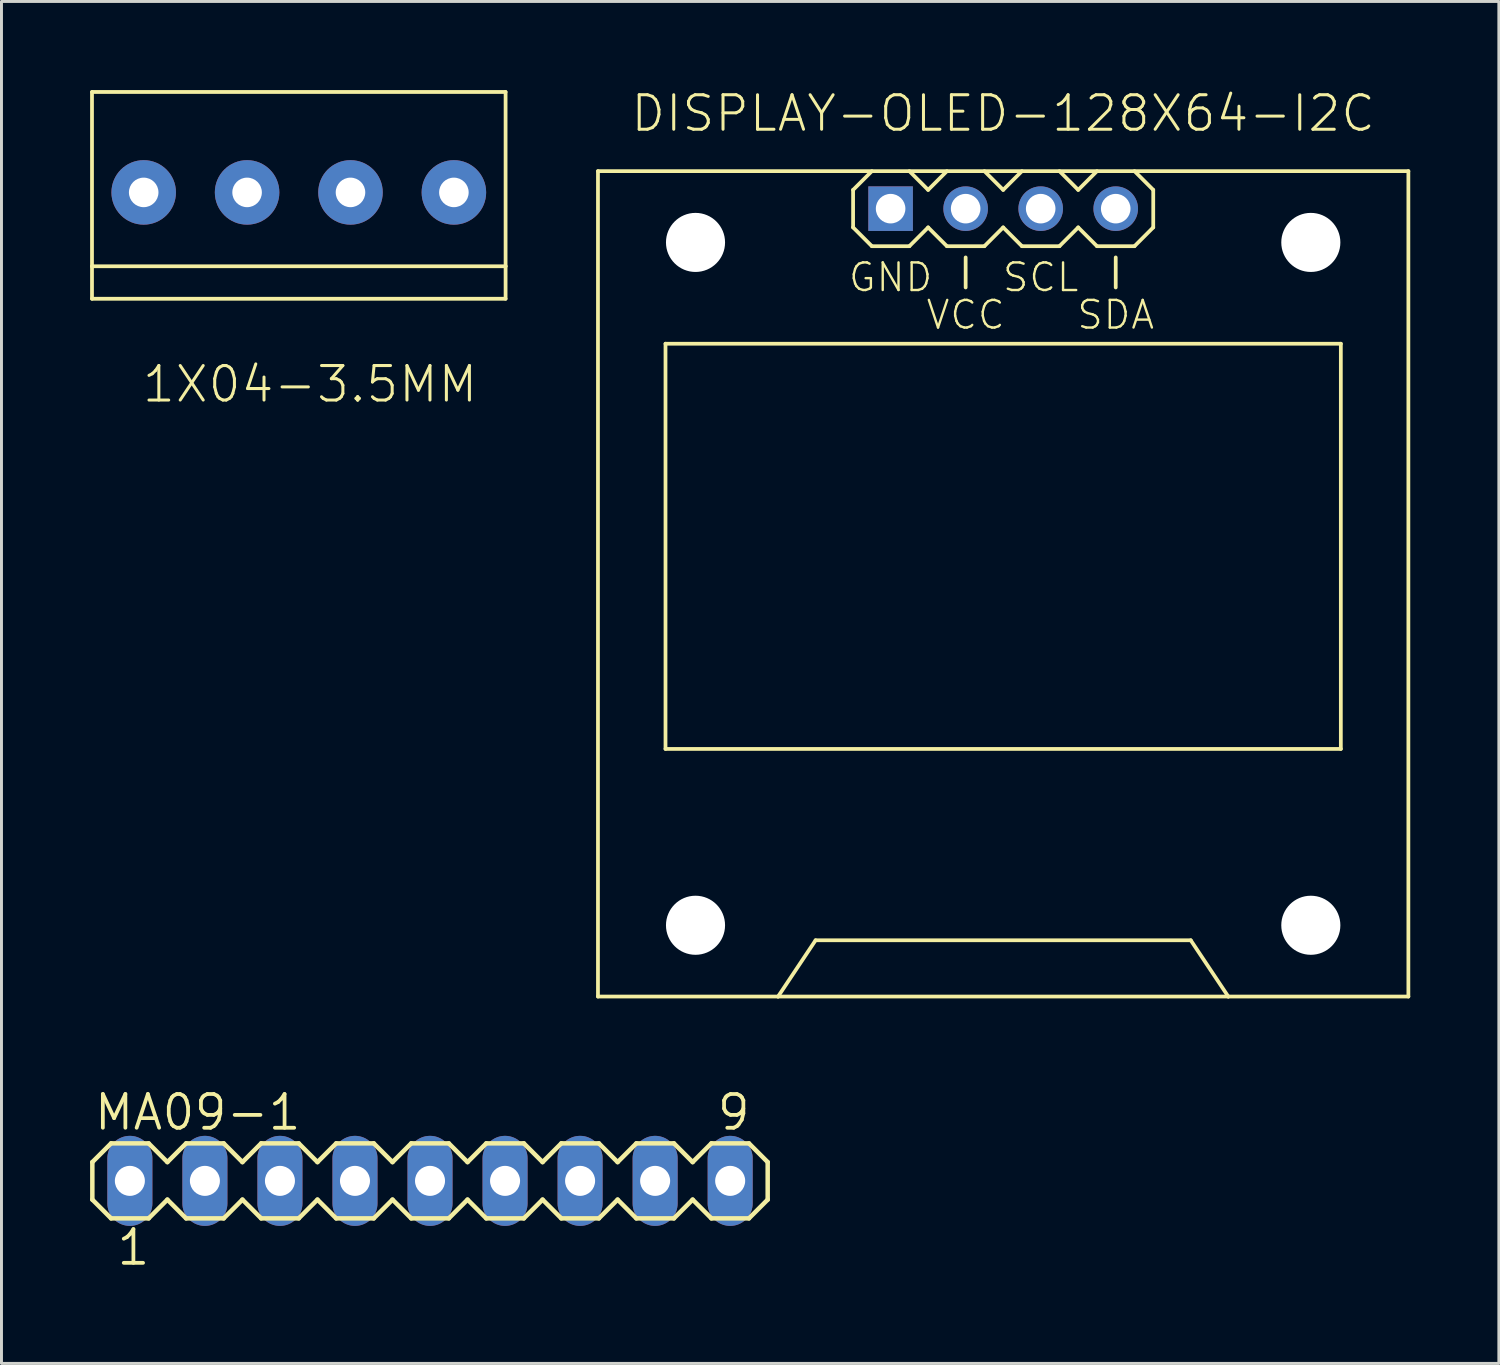
<source format=kicad_pcb>
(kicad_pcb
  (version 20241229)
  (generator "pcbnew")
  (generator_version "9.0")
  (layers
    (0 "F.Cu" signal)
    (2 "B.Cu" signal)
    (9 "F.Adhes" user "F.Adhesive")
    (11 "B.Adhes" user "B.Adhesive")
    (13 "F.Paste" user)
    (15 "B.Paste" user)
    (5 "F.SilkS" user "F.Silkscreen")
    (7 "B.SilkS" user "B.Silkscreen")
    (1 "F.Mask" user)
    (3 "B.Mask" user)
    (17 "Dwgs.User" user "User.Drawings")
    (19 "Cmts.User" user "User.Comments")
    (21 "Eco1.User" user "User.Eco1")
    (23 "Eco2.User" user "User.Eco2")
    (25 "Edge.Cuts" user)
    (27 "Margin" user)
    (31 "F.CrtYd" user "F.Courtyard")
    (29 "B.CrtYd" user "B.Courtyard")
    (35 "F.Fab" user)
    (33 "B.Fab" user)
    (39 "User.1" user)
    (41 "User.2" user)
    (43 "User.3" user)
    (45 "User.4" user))
  (footprint "DISPLAY-OLED-128X64-I2C"
    (layer "F.Cu")
    (at 30.907 16.713)
    (property "Reference" "DISPLAY-OLED-128X64-I2C" (at 0 -15.24 0) (layer "F.SilkS") (effects (font (size 1.168 1.168) (thickness 0.102)) (justify bottom)))
    (fp_line (start -13.716 -13.97) (end 13.716 -13.97) (stroke (width 0.127) (type solid)) (layer "F.SilkS"))
    (fp_line (start -13.716 13.97) (end -13.716 -13.97) (stroke (width 0.127) (type solid)) (layer "F.SilkS"))
    (fp_line (start -11.43 -8.128) (end 11.43 -8.128) (stroke (width 0.127) (type solid)) (layer "F.SilkS"))
    (fp_line (start -11.43 5.588) (end -11.43 -8.128) (stroke (width 0.127) (type solid)) (layer "F.SilkS"))
    (fp_line (start -7.62 13.97) (end -13.716 13.97) (stroke (width 0.127) (type solid)) (layer "F.SilkS"))
    (fp_line (start -7.62 13.97) (end -6.35 12.065) (stroke (width 0.127) (type solid)) (layer "F.SilkS"))
    (fp_line (start -6.35 12.065) (end 6.35 12.065) (stroke (width 0.127) (type solid)) (layer "F.SilkS"))
    (fp_line (start -5.08 -13.335) (end -4.445 -13.97) (stroke (width 0.127) (type solid)) (layer "F.SilkS"))
    (fp_line (start -5.08 -12.065) (end -5.08 -13.335) (stroke (width 0.127) (type solid)) (layer "F.SilkS"))
    (fp_line (start -4.445 -11.43) (end -5.08 -12.065) (stroke (width 0.127) (type solid)) (layer "F.SilkS"))
    (fp_line (start -3.175 -13.97) (end -2.54 -13.335) (stroke (width 0.127) (type solid)) (layer "F.SilkS"))
    (fp_line (start -3.175 -11.43) (end -4.445 -11.43) (stroke (width 0.127) (type solid)) (layer "F.SilkS"))
    (fp_line (start -2.54 -13.335) (end -1.905 -13.97) (stroke (width 0.127) (type solid)) (layer "F.SilkS"))
    (fp_line (start -2.54 -12.065) (end -3.175 -11.43) (stroke (width 0.127) (type solid)) (layer "F.SilkS"))
    (fp_line (start -1.905 -11.43) (end -2.54 -12.065) (stroke (width 0.127) (type solid)) (layer "F.SilkS"))
    (fp_line (start -1.27 -10.033) (end -1.27 -11.049) (stroke (width 0.127) (type solid)) (layer "F.SilkS"))
    (fp_line (start -0.635 -13.97) (end 0 -13.335) (stroke (width 0.127) (type solid)) (layer "F.SilkS"))
    (fp_line (start -0.635 -11.43) (end -1.905 -11.43) (stroke (width 0.127) (type solid)) (layer "F.SilkS"))
    (fp_line (start 0 -13.335) (end 0.635 -13.97) (stroke (width 0.127) (type solid)) (layer "F.SilkS"))
    (fp_line (start 0 -12.065) (end -0.635 -11.43) (stroke (width 0.127) (type solid)) (layer "F.SilkS"))
    (fp_line (start 0.635 -11.43) (end 0 -12.065) (stroke (width 0.127) (type solid)) (layer "F.SilkS"))
    (fp_line (start 1.905 -13.97) (end 2.54 -13.335) (stroke (width 0.127) (type solid)) (layer "F.SilkS"))
    (fp_line (start 1.905 -11.43) (end 0.635 -11.43) (stroke (width 0.127) (type solid)) (layer "F.SilkS"))
    (fp_line (start 2.54 -13.335) (end 3.175 -13.97) (stroke (width 0.127) (type solid)) (layer "F.SilkS"))
    (fp_line (start 2.54 -12.065) (end 1.905 -11.43) (stroke (width 0.127) (type solid)) (layer "F.SilkS"))
    (fp_line (start 3.175 -11.43) (end 2.54 -12.065) (stroke (width 0.127) (type solid)) (layer "F.SilkS"))
    (fp_line (start 3.81 -10.033) (end 3.81 -11.049) (stroke (width 0.127) (type solid)) (layer "F.SilkS"))
    (fp_line (start 4.445 -13.97) (end 5.08 -13.335) (stroke (width 0.127) (type solid)) (layer "F.SilkS"))
    (fp_line (start 4.445 -11.43) (end 3.175 -11.43) (stroke (width 0.127) (type solid)) (layer "F.SilkS"))
    (fp_line (start 5.08 -13.335) (end 5.08 -12.065) (stroke (width 0.127) (type solid)) (layer "F.SilkS"))
    (fp_line (start 5.08 -12.065) (end 4.445 -11.43) (stroke (width 0.127) (type solid)) (layer "F.SilkS"))
    (fp_line (start 6.35 12.065) (end 7.62 13.97) (stroke (width 0.127) (type solid)) (layer "F.SilkS"))
    (fp_line (start 7.62 13.97) (end -7.62 13.97) (stroke (width 0.127) (type solid)) (layer "F.SilkS"))
    (fp_line (start 11.43 -8.128) (end 11.43 5.588) (stroke (width 0.127) (type solid)) (layer "F.SilkS"))
    (fp_line (start 11.43 5.588) (end -11.43 5.588) (stroke (width 0.127) (type solid)) (layer "F.SilkS"))
    (fp_line (start 13.716 -13.97) (end 13.716 13.97) (stroke (width 0.127) (type solid)) (layer "F.SilkS"))
    (fp_line (start 13.716 13.97) (end 7.62 13.97) (stroke (width 0.127) (type solid)) (layer "F.SilkS"))
    (fp_text user "SDA" (at 3.81 -9.652 0) (layer "F.SilkS") (effects (font (size 0.935 0.935) (thickness 0.081)) (justify top)))
    (fp_text user "GND" (at -3.81 -10.922 0) (layer "F.SilkS") (effects (font (size 0.935 0.935) (thickness 0.081)) (justify top)))
    (fp_text user "SCL" (at 1.27 -10.922 0) (layer "F.SilkS") (effects (font (size 0.935 0.935) (thickness 0.081)) (justify top)))
    (fp_text user "VCC" (at -1.27 -9.652 0) (layer "F.SilkS") (effects (font (size 0.935 0.935) (thickness 0.081)) (justify top)))
    (pad "" np_thru_hole circle (at -10.414 -11.557) (size 2 2) (drill 2) (layers "*.Cu" "*.Mask"))
    (pad "" np_thru_hole circle (at -10.414 11.557) (size 2 2) (drill 2) (layers "*.Cu" "*.Mask"))
    (pad "" np_thru_hole circle (at 10.414 -11.557) (size 2 2) (drill 2) (layers "*.Cu" "*.Mask"))
    (pad "" np_thru_hole circle (at 10.414 11.557) (size 2 2) (drill 2) (layers "*.Cu" "*.Mask"))
    (pad "1" thru_hole rect (at -3.81 -12.7) (size 1.508 1.508) (drill 1) (layers "*.Cu" "*.Mask"))
    (pad "2" thru_hole circle (at -1.27 -12.7) (size 1.508 1.508) (drill 1) (layers "*.Cu" "*.Mask"))
    (pad "3" thru_hole circle (at 1.27 -12.7) (size 1.508 1.508) (drill 1) (layers "*.Cu" "*.Mask"))
    (pad "4" thru_hole circle (at 3.81 -12.7) (size 1.508 1.508) (drill 1) (layers "*.Cu" "*.Mask")))
  (footprint "1X04-3.5MM"
    (layer "F.Cu")
    (at 7.064 3.463)
    (property "Reference" "1X04-3.5MM" (at 6.12 5.81 0) (layer "F.SilkS") (effects (font (size 1.168 1.168) (thickness 0.102)) (justify right top)))
    (fp_line (start -7 -3.4) (end -7 2.5) (stroke (width 0.127) (type solid)) (layer "F.SilkS"))
    (fp_line (start -7 2.5) (end -7 3.6) (stroke (width 0.127) (type solid)) (layer "F.SilkS"))
    (fp_line (start -7 2.5) (end 7 2.5) (stroke (width 0.127) (type solid)) (layer "F.SilkS"))
    (fp_line (start -7 3.6) (end 7 3.6) (stroke (width 0.127) (type solid)) (layer "F.SilkS"))
    (fp_line (start 7 -3.4) (end -7 -3.4) (stroke (width 0.127) (type solid)) (layer "F.SilkS"))
    (fp_line (start 7 2.5) (end 7 -3.4) (stroke (width 0.127) (type solid)) (layer "F.SilkS"))
    (fp_line (start 7 3.6) (end 7 2.5) (stroke (width 0.127) (type solid)) (layer "F.SilkS"))
    (pad "1" thru_hole circle (at -5.25 0) (size 2.184 2.184) (drill 1) (layers "*.Cu" "*.Mask"))
    (pad "2" thru_hole circle (at -1.75 0) (size 2.184 2.184) (drill 1) (layers "*.Cu" "*.Mask"))
    (pad "3" thru_hole circle (at 1.75 0) (size 2.184 2.184) (drill 1) (layers "*.Cu" "*.Mask"))
    (pad "4" thru_hole circle (at 5.25 0) (size 2.184 2.184) (drill 1) (layers "*.Cu" "*.Mask")))
  (footprint "MA09-1"
    (layer "F.Cu")
    (at 11.506 36.922)
    (property "Reference" "MA09-1" (at -11.43 -1.651 0) (layer "F.SilkS") (effects (font (size 1.143 1.143) (thickness 0.127)) (justify left bottom)))
    (fp_line (start -11.43 -0.635) (end -11.43 0.635) (stroke (width 0.152) (type solid)) (layer "F.SilkS"))
    (fp_line (start -11.43 0.635) (end -10.795 1.27) (stroke (width 0.152) (type solid)) (layer "F.SilkS"))
    (fp_line (start -10.795 -1.27) (end -11.43 -0.635) (stroke (width 0.152) (type solid)) (layer "F.SilkS"))
    (fp_line (start -10.795 -1.27) (end -9.525 -1.27) (stroke (width 0.152) (type solid)) (layer "F.SilkS"))
    (fp_line (start -9.525 -1.27) (end -8.89 -0.635) (stroke (width 0.152) (type solid)) (layer "F.SilkS"))
    (fp_line (start -9.525 1.27) (end -10.795 1.27) (stroke (width 0.152) (type solid)) (layer "F.SilkS"))
    (fp_line (start -8.89 -0.635) (end -8.255 -1.27) (stroke (width 0.152) (type solid)) (layer "F.SilkS"))
    (fp_line (start -8.89 0.635) (end -9.525 1.27) (stroke (width 0.152) (type solid)) (layer "F.SilkS"))
    (fp_line (start -8.255 -1.27) (end -6.985 -1.27) (stroke (width 0.152) (type solid)) (layer "F.SilkS"))
    (fp_line (start -8.255 1.27) (end -8.89 0.635) (stroke (width 0.152) (type solid)) (layer "F.SilkS"))
    (fp_line (start -6.985 -1.27) (end -6.35 -0.635) (stroke (width 0.152) (type solid)) (layer "F.SilkS"))
    (fp_line (start -6.985 1.27) (end -8.255 1.27) (stroke (width 0.152) (type solid)) (layer "F.SilkS"))
    (fp_line (start -6.35 -0.635) (end -5.715 -1.27) (stroke (width 0.152) (type solid)) (layer "F.SilkS"))
    (fp_line (start -6.35 0.635) (end -6.985 1.27) (stroke (width 0.152) (type solid)) (layer "F.SilkS"))
    (fp_line (start -5.715 -1.27) (end -4.445 -1.27) (stroke (width 0.152) (type solid)) (layer "F.SilkS"))
    (fp_line (start -5.715 1.27) (end -6.35 0.635) (stroke (width 0.152) (type solid)) (layer "F.SilkS"))
    (fp_line (start -4.445 -1.27) (end -3.81 -0.635) (stroke (width 0.152) (type solid)) (layer "F.SilkS"))
    (fp_line (start -4.445 1.27) (end -5.715 1.27) (stroke (width 0.152) (type solid)) (layer "F.SilkS"))
    (fp_line (start -3.81 0.635) (end -4.445 1.27) (stroke (width 0.152) (type solid)) (layer "F.SilkS"))
    (fp_line (start -3.81 0.635) (end -3.175 1.27) (stroke (width 0.152) (type solid)) (layer "F.SilkS"))
    (fp_line (start -3.175 -1.27) (end -3.81 -0.635) (stroke (width 0.152) (type solid)) (layer "F.SilkS"))
    (fp_line (start -3.175 -1.27) (end -1.905 -1.27) (stroke (width 0.152) (type solid)) (layer "F.SilkS"))
    (fp_line (start -1.905 -1.27) (end -1.27 -0.635) (stroke (width 0.152) (type solid)) (layer "F.SilkS"))
    (fp_line (start -1.905 1.27) (end -3.175 1.27) (stroke (width 0.152) (type solid)) (layer "F.SilkS"))
    (fp_line (start -1.27 0.635) (end -1.905 1.27) (stroke (width 0.152) (type solid)) (layer "F.SilkS"))
    (fp_line (start -1.27 0.635) (end -0.635 1.27) (stroke (width 0.152) (type solid)) (layer "F.SilkS"))
    (fp_line (start -0.635 -1.27) (end -1.27 -0.635) (stroke (width 0.152) (type solid)) (layer "F.SilkS"))
    (fp_line (start -0.635 -1.27) (end 0.635 -1.27) (stroke (width 0.152) (type solid)) (layer "F.SilkS"))
    (fp_line (start 0.635 -1.27) (end 1.27 -0.635) (stroke (width 0.152) (type solid)) (layer "F.SilkS"))
    (fp_line (start 0.635 1.27) (end -0.635 1.27) (stroke (width 0.152) (type solid)) (layer "F.SilkS"))
    (fp_line (start 1.27 -0.635) (end 1.905 -1.27) (stroke (width 0.152) (type solid)) (layer "F.SilkS"))
    (fp_line (start 1.27 0.635) (end 0.635 1.27) (stroke (width 0.152) (type solid)) (layer "F.SilkS"))
    (fp_line (start 1.905 -1.27) (end 3.175 -1.27) (stroke (width 0.152) (type solid)) (layer "F.SilkS"))
    (fp_line (start 1.905 1.27) (end 1.27 0.635) (stroke (width 0.152) (type solid)) (layer "F.SilkS"))
    (fp_line (start 3.175 -1.27) (end 3.81 -0.635) (stroke (width 0.152) (type solid)) (layer "F.SilkS"))
    (fp_line (start 3.175 1.27) (end 1.905 1.27) (stroke (width 0.152) (type solid)) (layer "F.SilkS"))
    (fp_line (start 3.81 -0.635) (end 4.445 -1.27) (stroke (width 0.152) (type solid)) (layer "F.SilkS"))
    (fp_line (start 3.81 0.635) (end 3.175 1.27) (stroke (width 0.152) (type solid)) (layer "F.SilkS"))
    (fp_line (start 4.445 -1.27) (end 5.715 -1.27) (stroke (width 0.152) (type solid)) (layer "F.SilkS"))
    (fp_line (start 4.445 1.27) (end 3.81 0.635) (stroke (width 0.152) (type solid)) (layer "F.SilkS"))
    (fp_line (start 5.715 -1.27) (end 6.35 -0.635) (stroke (width 0.152) (type solid)) (layer "F.SilkS"))
    (fp_line (start 5.715 1.27) (end 4.445 1.27) (stroke (width 0.152) (type solid)) (layer "F.SilkS"))
    (fp_line (start 6.35 0.635) (end 5.715 1.27) (stroke (width 0.152) (type solid)) (layer "F.SilkS"))
    (fp_line (start 6.35 0.635) (end 6.985 1.27) (stroke (width 0.152) (type solid)) (layer "F.SilkS"))
    (fp_line (start 6.985 -1.27) (end 6.35 -0.635) (stroke (width 0.152) (type solid)) (layer "F.SilkS"))
    (fp_line (start 6.985 -1.27) (end 8.255 -1.27) (stroke (width 0.152) (type solid)) (layer "F.SilkS"))
    (fp_line (start 8.255 -1.27) (end 8.89 -0.635) (stroke (width 0.152) (type solid)) (layer "F.SilkS"))
    (fp_line (start 8.255 1.27) (end 6.985 1.27) (stroke (width 0.152) (type solid)) (layer "F.SilkS"))
    (fp_line (start 8.89 0.635) (end 8.255 1.27) (stroke (width 0.152) (type solid)) (layer "F.SilkS"))
    (fp_line (start 8.89 0.635) (end 9.525 1.27) (stroke (width 0.152) (type solid)) (layer "F.SilkS"))
    (fp_line (start 9.525 -1.27) (end 8.89 -0.635) (stroke (width 0.152) (type solid)) (layer "F.SilkS"))
    (fp_line (start 9.525 -1.27) (end 10.795 -1.27) (stroke (width 0.152) (type solid)) (layer "F.SilkS"))
    (fp_line (start 10.795 -1.27) (end 11.43 -0.635) (stroke (width 0.152) (type solid)) (layer "F.SilkS"))
    (fp_line (start 10.795 1.27) (end 9.525 1.27) (stroke (width 0.152) (type solid)) (layer "F.SilkS"))
    (fp_line (start 11.43 -0.635) (end 11.43 0.635) (stroke (width 0.152) (type solid)) (layer "F.SilkS"))
    (fp_line (start 11.43 0.635) (end 10.795 1.27) (stroke (width 0.152) (type solid)) (layer "F.SilkS"))
    (fp_poly (pts (xy -10.414 0.254) (xy -9.906 0.254) (xy -9.906 -0.254) (xy -10.414 -0.254)) (stroke (width 0.1) (type default)) (fill no) (layer "F.Fab"))
    (fp_poly (pts (xy -7.874 0.254) (xy -7.366 0.254) (xy -7.366 -0.254) (xy -7.874 -0.254)) (stroke (width 0.1) (type default)) (fill no) (layer "F.Fab"))
    (fp_poly (pts (xy -5.334 0.254) (xy -4.826 0.254) (xy -4.826 -0.254) (xy -5.334 -0.254)) (stroke (width 0.1) (type default)) (fill no) (layer "F.Fab"))
    (fp_poly (pts (xy -2.794 0.254) (xy -2.286 0.254) (xy -2.286 -0.254) (xy -2.794 -0.254)) (stroke (width 0.1) (type default)) (fill no) (layer "F.Fab"))
    (fp_poly (pts (xy -0.254 0.254) (xy 0.254 0.254) (xy 0.254 -0.254) (xy -0.254 -0.254)) (stroke (width 0.1) (type default)) (fill no) (layer "F.Fab"))
    (fp_poly (pts (xy 2.286 0.254) (xy 2.794 0.254) (xy 2.794 -0.254) (xy 2.286 -0.254)) (stroke (width 0.1) (type default)) (fill no) (layer "F.Fab"))
    (fp_poly (pts (xy 4.826 0.254) (xy 5.334 0.254) (xy 5.334 -0.254) (xy 4.826 -0.254)) (stroke (width 0.1) (type default)) (fill no) (layer "F.Fab"))
    (fp_poly (pts (xy 7.366 0.254) (xy 7.874 0.254) (xy 7.874 -0.254) (xy 7.366 -0.254)) (stroke (width 0.1) (type default)) (fill no) (layer "F.Fab"))
    (fp_poly (pts (xy 9.906 0.254) (xy 10.414 0.254) (xy 10.414 -0.254) (xy 9.906 -0.254)) (stroke (width 0.1) (type default)) (fill no) (layer "F.Fab"))
    (fp_text user "1" (at -10.668 2.921 0) (layer "F.SilkS") (effects (font (size 1.143 1.143) (thickness 0.127)) (justify left bottom)))
    (fp_text user "9" (at 9.652 -1.651 0) (layer "F.SilkS") (effects (font (size 1.143 1.143) (thickness 0.127)) (justify left bottom)))
    (pad "1" thru_hole oval (at -10.16 0 90) (size 3.048 1.524) (drill 1.016) (layers "*.Cu" "*.Mask"))
    (pad "2" thru_hole oval (at -7.62 0 90) (size 3.048 1.524) (drill 1.016) (layers "*.Cu" "*.Mask"))
    (pad "3" thru_hole oval (at -5.08 0 90) (size 3.048 1.524) (drill 1.016) (layers "*.Cu" "*.Mask"))
    (pad "4" thru_hole oval (at -2.54 0 90) (size 3.048 1.524) (drill 1.016) (layers "*.Cu" "*.Mask"))
    (pad "5" thru_hole oval (at 0 0 90) (size 3.048 1.524) (drill 1.016) (layers "*.Cu" "*.Mask"))
    (pad "6" thru_hole oval (at 2.54 0 90) (size 3.048 1.524) (drill 1.016) (layers "*.Cu" "*.Mask"))
    (pad "7" thru_hole oval (at 5.08 0 90) (size 3.048 1.524) (drill 1.016) (layers "*.Cu" "*.Mask"))
    (pad "8" thru_hole oval (at 7.62 0 90) (size 3.048 1.524) (drill 1.016) (layers "*.Cu" "*.Mask"))
    (pad "9" thru_hole oval (at 10.16 0 90) (size 3.048 1.524) (drill 1.016) (layers "*.Cu" "*.Mask")))
  (gr_rect
    (start -3 -3)
    (end 47.686 43.102)
    (stroke (width 0.1) (type default))
    (fill no)
    (layer "Edge.Cuts")))
</source>
